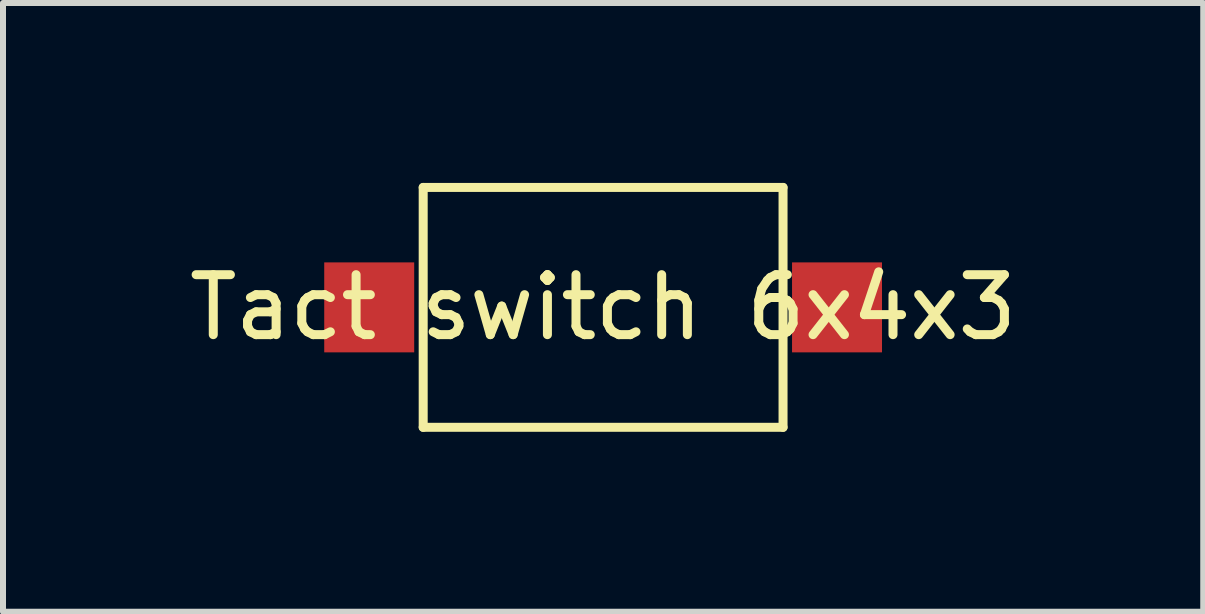
<source format=kicad_pcb>
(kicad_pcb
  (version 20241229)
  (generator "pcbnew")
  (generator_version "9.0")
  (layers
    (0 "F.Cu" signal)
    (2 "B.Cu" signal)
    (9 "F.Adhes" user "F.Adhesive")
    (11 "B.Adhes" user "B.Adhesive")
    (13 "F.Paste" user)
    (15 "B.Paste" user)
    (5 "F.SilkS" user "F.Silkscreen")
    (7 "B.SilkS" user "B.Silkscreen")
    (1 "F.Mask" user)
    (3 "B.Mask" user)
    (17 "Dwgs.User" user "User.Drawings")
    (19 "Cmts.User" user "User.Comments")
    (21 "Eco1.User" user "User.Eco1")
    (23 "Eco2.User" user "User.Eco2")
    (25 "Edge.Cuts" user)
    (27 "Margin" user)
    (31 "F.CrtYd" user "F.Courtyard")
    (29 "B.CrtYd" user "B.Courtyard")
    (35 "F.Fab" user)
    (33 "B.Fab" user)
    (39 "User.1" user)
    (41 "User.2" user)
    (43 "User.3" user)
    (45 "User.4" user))
  (footprint "Tact switch 6x4x3"
    (layer "F.Cu")
    (at 7.006 2.075)
    (property "Reference" "Tact switch 6x4x3" (at 0 0 0) (layer "F.SilkS") (effects (font (size 1 1) (thickness 0.15))))
    (attr through_hole)
    (fp_line (start -3 -2) (end -3 2) (stroke (width 0.15) (type solid)) (layer "F.SilkS"))
    (fp_line (start -3 2) (end 3 2) (stroke (width 0.15) (type solid)) (layer "F.SilkS"))
    (fp_line (start 3 -2) (end -3 -2) (stroke (width 0.15) (type solid)) (layer "F.SilkS"))
    (fp_line (start 3 2) (end 3 -2) (stroke (width 0.15) (type solid)) (layer "F.SilkS"))
    (pad "1" smd rect (at -3.9 0) (size 1.5 1.5) (layers "F.Cu" "F.Mask" "F.Paste"))
    (pad "2" smd rect (at 3.9 0) (size 1.5 1.5) (layers "F.Cu" "F.Mask" "F.Paste")))
  (gr_rect
    (start -3 -3)
    (end 17.012 7.15)
    (stroke (width 0.1) (type default))
    (fill no)
    (layer "Edge.Cuts")))
</source>
